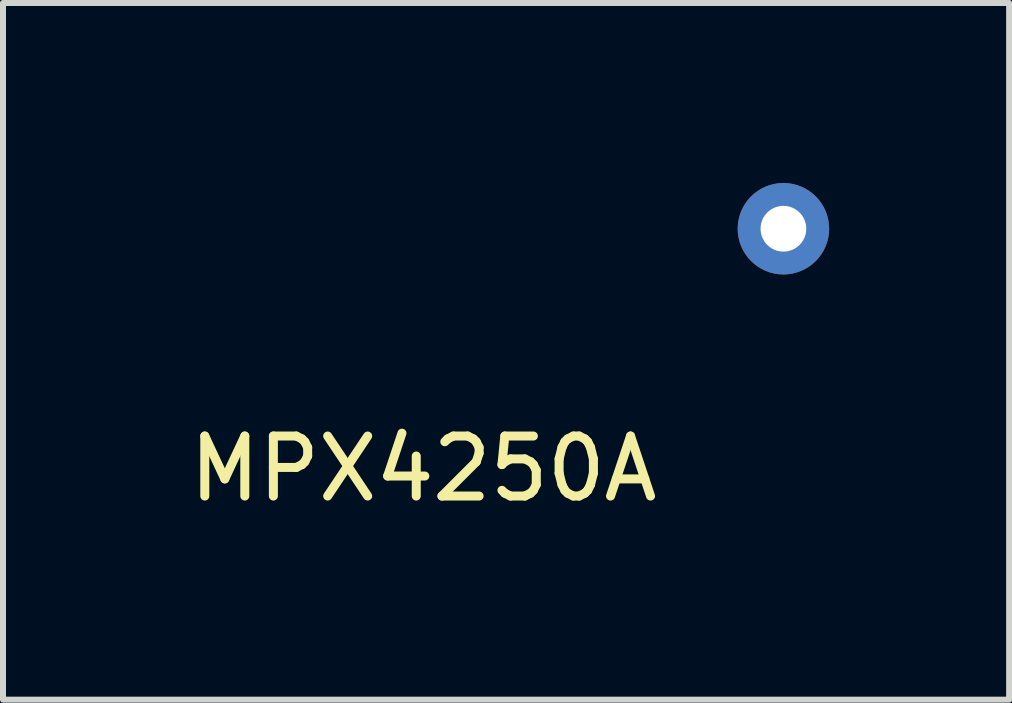
<source format=kicad_pcb>
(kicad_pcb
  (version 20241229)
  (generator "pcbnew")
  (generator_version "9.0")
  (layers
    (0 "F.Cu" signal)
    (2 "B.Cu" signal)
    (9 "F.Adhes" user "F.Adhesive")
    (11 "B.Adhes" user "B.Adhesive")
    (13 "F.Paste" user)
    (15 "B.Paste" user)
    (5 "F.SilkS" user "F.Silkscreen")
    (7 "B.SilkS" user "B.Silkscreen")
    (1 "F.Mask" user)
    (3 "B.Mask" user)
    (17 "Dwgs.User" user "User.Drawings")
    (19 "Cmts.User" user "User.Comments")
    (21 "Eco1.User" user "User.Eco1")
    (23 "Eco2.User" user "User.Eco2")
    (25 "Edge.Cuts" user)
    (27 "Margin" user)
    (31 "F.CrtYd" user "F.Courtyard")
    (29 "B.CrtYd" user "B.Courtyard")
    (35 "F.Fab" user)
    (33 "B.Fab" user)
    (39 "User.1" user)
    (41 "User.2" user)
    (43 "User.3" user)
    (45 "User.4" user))
  (footprint "MPX4250A"
    (layer "F.Cu")
    (at 10.006 0.762)
    (property "Reference" "MPX4250A" (at -6 4 0) (layer "F.SilkS") (effects (font (size 1 1) (thickness 0.15))))
    (attr through_hole)
    (pad "1" thru_hole circle (at 0 0) (size 1.524 1.524) (drill 0.762) (layers "*.Cu" "*.Mask")))
  (gr_rect
    (start -3 -3)
    (end 13.768 8.61)
    (stroke (width 0.1) (type default))
    (fill no)
    (layer "Edge.Cuts")))
</source>
